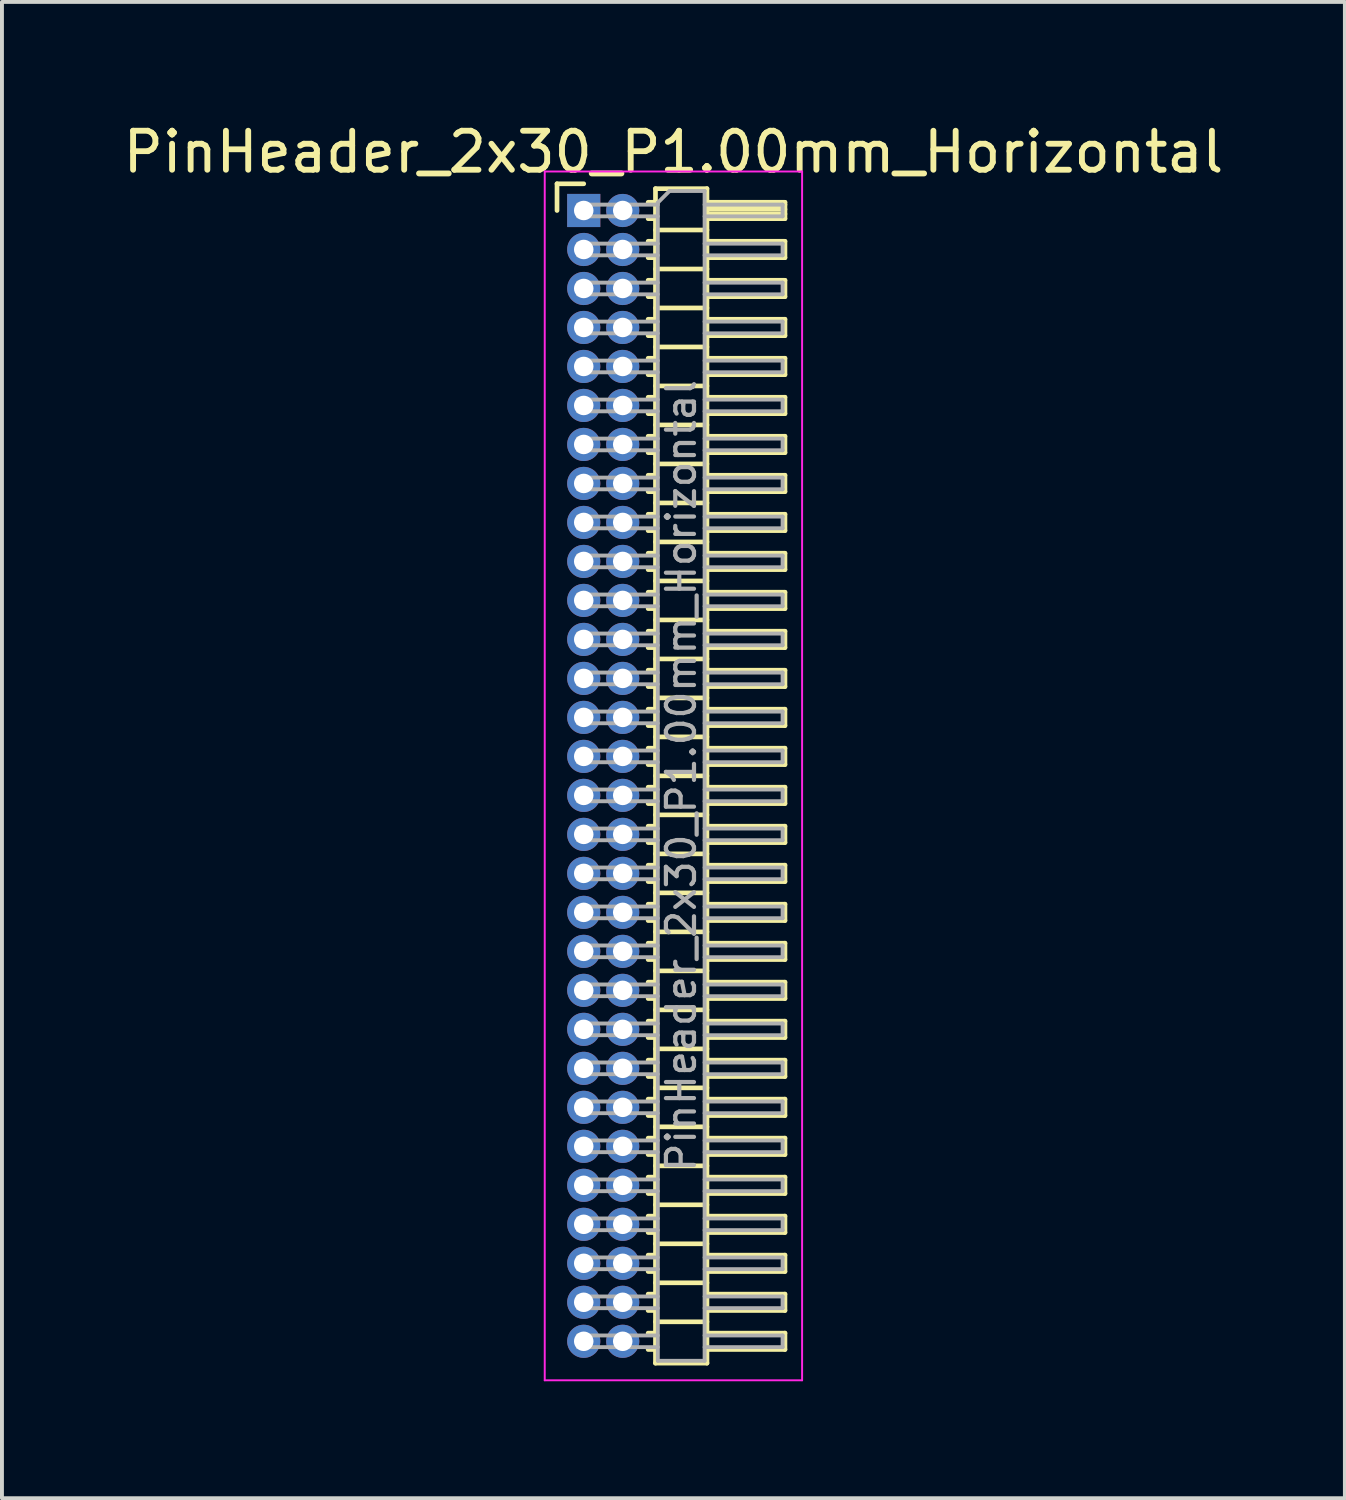
<source format=kicad_pcb>
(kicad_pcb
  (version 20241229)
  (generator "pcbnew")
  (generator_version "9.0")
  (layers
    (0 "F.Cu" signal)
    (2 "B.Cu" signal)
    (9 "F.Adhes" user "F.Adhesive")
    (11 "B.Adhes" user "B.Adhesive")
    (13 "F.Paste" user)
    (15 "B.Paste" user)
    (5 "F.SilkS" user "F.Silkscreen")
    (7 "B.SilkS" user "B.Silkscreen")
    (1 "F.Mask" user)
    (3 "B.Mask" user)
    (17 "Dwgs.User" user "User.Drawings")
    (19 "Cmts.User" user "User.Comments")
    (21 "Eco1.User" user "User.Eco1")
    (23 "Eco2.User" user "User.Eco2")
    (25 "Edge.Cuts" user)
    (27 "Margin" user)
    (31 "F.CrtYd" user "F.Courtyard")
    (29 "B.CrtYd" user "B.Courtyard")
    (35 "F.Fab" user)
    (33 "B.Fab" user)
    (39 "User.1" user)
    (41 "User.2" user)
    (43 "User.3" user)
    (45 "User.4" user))
  (footprint "PinHeader_2x30_P1.00mm_Horizontal"
    (layer "F.Cu")
    (at 11.92 2.348)
    (property "Reference" "PinHeader_2x30_P1.00mm_Horizontal" (at 2.3 -1.5 0) (layer "F.SilkS") (effects (font (size 1 1) (thickness 0.15))))
    (attr through_hole)
    (fp_line (start -0.685 -0.685) (end 0 -0.685) (stroke (width 0.12) (type solid)) (layer "F.SilkS"))
    (fp_line (start -0.685 0) (end -0.685 -0.685) (stroke (width 0.12) (type solid)) (layer "F.SilkS"))
    (fp_line (start 1.652 -0.21) (end 1.84 -0.21) (stroke (width 0.12) (type solid)) (layer "F.SilkS"))
    (fp_line (start 1.652 0.21) (end 1.84 0.21) (stroke (width 0.12) (type solid)) (layer "F.SilkS"))
    (fp_line (start 1.652 0.79) (end 1.84 0.79) (stroke (width 0.12) (type solid)) (layer "F.SilkS"))
    (fp_line (start 1.652 1.21) (end 1.84 1.21) (stroke (width 0.12) (type solid)) (layer "F.SilkS"))
    (fp_line (start 1.652 1.79) (end 1.84 1.79) (stroke (width 0.12) (type solid)) (layer "F.SilkS"))
    (fp_line (start 1.652 2.21) (end 1.84 2.21) (stroke (width 0.12) (type solid)) (layer "F.SilkS"))
    (fp_line (start 1.652 2.79) (end 1.84 2.79) (stroke (width 0.12) (type solid)) (layer "F.SilkS"))
    (fp_line (start 1.652 3.21) (end 1.84 3.21) (stroke (width 0.12) (type solid)) (layer "F.SilkS"))
    (fp_line (start 1.652 3.79) (end 1.84 3.79) (stroke (width 0.12) (type solid)) (layer "F.SilkS"))
    (fp_line (start 1.652 4.21) (end 1.84 4.21) (stroke (width 0.12) (type solid)) (layer "F.SilkS"))
    (fp_line (start 1.652 4.79) (end 1.84 4.79) (stroke (width 0.12) (type solid)) (layer "F.SilkS"))
    (fp_line (start 1.652 5.21) (end 1.84 5.21) (stroke (width 0.12) (type solid)) (layer "F.SilkS"))
    (fp_line (start 1.652 5.79) (end 1.84 5.79) (stroke (width 0.12) (type solid)) (layer "F.SilkS"))
    (fp_line (start 1.652 6.21) (end 1.84 6.21) (stroke (width 0.12) (type solid)) (layer "F.SilkS"))
    (fp_line (start 1.652 6.79) (end 1.84 6.79) (stroke (width 0.12) (type solid)) (layer "F.SilkS"))
    (fp_line (start 1.652 7.21) (end 1.84 7.21) (stroke (width 0.12) (type solid)) (layer "F.SilkS"))
    (fp_line (start 1.652 7.79) (end 1.84 7.79) (stroke (width 0.12) (type solid)) (layer "F.SilkS"))
    (fp_line (start 1.652 8.21) (end 1.84 8.21) (stroke (width 0.12) (type solid)) (layer "F.SilkS"))
    (fp_line (start 1.652 8.79) (end 1.84 8.79) (stroke (width 0.12) (type solid)) (layer "F.SilkS"))
    (fp_line (start 1.652 9.21) (end 1.84 9.21) (stroke (width 0.12) (type solid)) (layer "F.SilkS"))
    (fp_line (start 1.652 9.79) (end 1.84 9.79) (stroke (width 0.12) (type solid)) (layer "F.SilkS"))
    (fp_line (start 1.652 10.21) (end 1.84 10.21) (stroke (width 0.12) (type solid)) (layer "F.SilkS"))
    (fp_line (start 1.652 10.79) (end 1.84 10.79) (stroke (width 0.12) (type solid)) (layer "F.SilkS"))
    (fp_line (start 1.652 11.21) (end 1.84 11.21) (stroke (width 0.12) (type solid)) (layer "F.SilkS"))
    (fp_line (start 1.652 11.79) (end 1.84 11.79) (stroke (width 0.12) (type solid)) (layer "F.SilkS"))
    (fp_line (start 1.652 12.21) (end 1.84 12.21) (stroke (width 0.12) (type solid)) (layer "F.SilkS"))
    (fp_line (start 1.652 12.79) (end 1.84 12.79) (stroke (width 0.12) (type solid)) (layer "F.SilkS"))
    (fp_line (start 1.652 13.21) (end 1.84 13.21) (stroke (width 0.12) (type solid)) (layer "F.SilkS"))
    (fp_line (start 1.652 13.79) (end 1.84 13.79) (stroke (width 0.12) (type solid)) (layer "F.SilkS"))
    (fp_line (start 1.652 14.21) (end 1.84 14.21) (stroke (width 0.12) (type solid)) (layer "F.SilkS"))
    (fp_line (start 1.652 14.79) (end 1.84 14.79) (stroke (width 0.12) (type solid)) (layer "F.SilkS"))
    (fp_line (start 1.652 15.21) (end 1.84 15.21) (stroke (width 0.12) (type solid)) (layer "F.SilkS"))
    (fp_line (start 1.652 15.79) (end 1.84 15.79) (stroke (width 0.12) (type solid)) (layer "F.SilkS"))
    (fp_line (start 1.652 16.21) (end 1.84 16.21) (stroke (width 0.12) (type solid)) (layer "F.SilkS"))
    (fp_line (start 1.652 16.79) (end 1.84 16.79) (stroke (width 0.12) (type solid)) (layer "F.SilkS"))
    (fp_line (start 1.652 17.21) (end 1.84 17.21) (stroke (width 0.12) (type solid)) (layer "F.SilkS"))
    (fp_line (start 1.652 17.79) (end 1.84 17.79) (stroke (width 0.12) (type solid)) (layer "F.SilkS"))
    (fp_line (start 1.652 18.21) (end 1.84 18.21) (stroke (width 0.12) (type solid)) (layer "F.SilkS"))
    (fp_line (start 1.652 18.79) (end 1.84 18.79) (stroke (width 0.12) (type solid)) (layer "F.SilkS"))
    (fp_line (start 1.652 19.21) (end 1.84 19.21) (stroke (width 0.12) (type solid)) (layer "F.SilkS"))
    (fp_line (start 1.652 19.79) (end 1.84 19.79) (stroke (width 0.12) (type solid)) (layer "F.SilkS"))
    (fp_line (start 1.652 20.21) (end 1.84 20.21) (stroke (width 0.12) (type solid)) (layer "F.SilkS"))
    (fp_line (start 1.652 20.79) (end 1.84 20.79) (stroke (width 0.12) (type solid)) (layer "F.SilkS"))
    (fp_line (start 1.652 21.21) (end 1.84 21.21) (stroke (width 0.12) (type solid)) (layer "F.SilkS"))
    (fp_line (start 1.652 21.79) (end 1.84 21.79) (stroke (width 0.12) (type solid)) (layer "F.SilkS"))
    (fp_line (start 1.652 22.21) (end 1.84 22.21) (stroke (width 0.12) (type solid)) (layer "F.SilkS"))
    (fp_line (start 1.652 22.79) (end 1.84 22.79) (stroke (width 0.12) (type solid)) (layer "F.SilkS"))
    (fp_line (start 1.652 23.21) (end 1.84 23.21) (stroke (width 0.12) (type solid)) (layer "F.SilkS"))
    (fp_line (start 1.652 23.79) (end 1.84 23.79) (stroke (width 0.12) (type solid)) (layer "F.SilkS"))
    (fp_line (start 1.652 24.21) (end 1.84 24.21) (stroke (width 0.12) (type solid)) (layer "F.SilkS"))
    (fp_line (start 1.652 24.79) (end 1.84 24.79) (stroke (width 0.12) (type solid)) (layer "F.SilkS"))
    (fp_line (start 1.652 25.21) (end 1.84 25.21) (stroke (width 0.12) (type solid)) (layer "F.SilkS"))
    (fp_line (start 1.652 25.79) (end 1.84 25.79) (stroke (width 0.12) (type solid)) (layer "F.SilkS"))
    (fp_line (start 1.652 26.21) (end 1.84 26.21) (stroke (width 0.12) (type solid)) (layer "F.SilkS"))
    (fp_line (start 1.652 26.79) (end 1.84 26.79) (stroke (width 0.12) (type solid)) (layer "F.SilkS"))
    (fp_line (start 1.652 27.21) (end 1.84 27.21) (stroke (width 0.12) (type solid)) (layer "F.SilkS"))
    (fp_line (start 1.652 27.79) (end 1.84 27.79) (stroke (width 0.12) (type solid)) (layer "F.SilkS"))
    (fp_line (start 1.652 28.21) (end 1.84 28.21) (stroke (width 0.12) (type solid)) (layer "F.SilkS"))
    (fp_line (start 1.652 28.79) (end 1.84 28.79) (stroke (width 0.12) (type solid)) (layer "F.SilkS"))
    (fp_line (start 1.652 29.21) (end 1.84 29.21) (stroke (width 0.12) (type solid)) (layer "F.SilkS"))
    (fp_line (start 1.84 -0.56) (end 1.84 29.56) (stroke (width 0.12) (type solid)) (layer "F.SilkS"))
    (fp_line (start 1.84 0.5) (end 3.16 0.5) (stroke (width 0.12) (type solid)) (layer "F.SilkS"))
    (fp_line (start 1.84 1.5) (end 3.16 1.5) (stroke (width 0.12) (type solid)) (layer "F.SilkS"))
    (fp_line (start 1.84 2.5) (end 3.16 2.5) (stroke (width 0.12) (type solid)) (layer "F.SilkS"))
    (fp_line (start 1.84 3.5) (end 3.16 3.5) (stroke (width 0.12) (type solid)) (layer "F.SilkS"))
    (fp_line (start 1.84 4.5) (end 3.16 4.5) (stroke (width 0.12) (type solid)) (layer "F.SilkS"))
    (fp_line (start 1.84 5.5) (end 3.16 5.5) (stroke (width 0.12) (type solid)) (layer "F.SilkS"))
    (fp_line (start 1.84 6.5) (end 3.16 6.5) (stroke (width 0.12) (type solid)) (layer "F.SilkS"))
    (fp_line (start 1.84 7.5) (end 3.16 7.5) (stroke (width 0.12) (type solid)) (layer "F.SilkS"))
    (fp_line (start 1.84 8.5) (end 3.16 8.5) (stroke (width 0.12) (type solid)) (layer "F.SilkS"))
    (fp_line (start 1.84 9.5) (end 3.16 9.5) (stroke (width 0.12) (type solid)) (layer "F.SilkS"))
    (fp_line (start 1.84 10.5) (end 3.16 10.5) (stroke (width 0.12) (type solid)) (layer "F.SilkS"))
    (fp_line (start 1.84 11.5) (end 3.16 11.5) (stroke (width 0.12) (type solid)) (layer "F.SilkS"))
    (fp_line (start 1.84 12.5) (end 3.16 12.5) (stroke (width 0.12) (type solid)) (layer "F.SilkS"))
    (fp_line (start 1.84 13.5) (end 3.16 13.5) (stroke (width 0.12) (type solid)) (layer "F.SilkS"))
    (fp_line (start 1.84 14.5) (end 3.16 14.5) (stroke (width 0.12) (type solid)) (layer "F.SilkS"))
    (fp_line (start 1.84 15.5) (end 3.16 15.5) (stroke (width 0.12) (type solid)) (layer "F.SilkS"))
    (fp_line (start 1.84 16.5) (end 3.16 16.5) (stroke (width 0.12) (type solid)) (layer "F.SilkS"))
    (fp_line (start 1.84 17.5) (end 3.16 17.5) (stroke (width 0.12) (type solid)) (layer "F.SilkS"))
    (fp_line (start 1.84 18.5) (end 3.16 18.5) (stroke (width 0.12) (type solid)) (layer "F.SilkS"))
    (fp_line (start 1.84 19.5) (end 3.16 19.5) (stroke (width 0.12) (type solid)) (layer "F.SilkS"))
    (fp_line (start 1.84 20.5) (end 3.16 20.5) (stroke (width 0.12) (type solid)) (layer "F.SilkS"))
    (fp_line (start 1.84 21.5) (end 3.16 21.5) (stroke (width 0.12) (type solid)) (layer "F.SilkS"))
    (fp_line (start 1.84 22.5) (end 3.16 22.5) (stroke (width 0.12) (type solid)) (layer "F.SilkS"))
    (fp_line (start 1.84 23.5) (end 3.16 23.5) (stroke (width 0.12) (type solid)) (layer "F.SilkS"))
    (fp_line (start 1.84 24.5) (end 3.16 24.5) (stroke (width 0.12) (type solid)) (layer "F.SilkS"))
    (fp_line (start 1.84 25.5) (end 3.16 25.5) (stroke (width 0.12) (type solid)) (layer "F.SilkS"))
    (fp_line (start 1.84 26.5) (end 3.16 26.5) (stroke (width 0.12) (type solid)) (layer "F.SilkS"))
    (fp_line (start 1.84 27.5) (end 3.16 27.5) (stroke (width 0.12) (type solid)) (layer "F.SilkS"))
    (fp_line (start 1.84 28.5) (end 3.16 28.5) (stroke (width 0.12) (type solid)) (layer "F.SilkS"))
    (fp_line (start 1.84 29.56) (end 3.16 29.56) (stroke (width 0.12) (type solid)) (layer "F.SilkS"))
    (fp_line (start 3.16 -0.56) (end 1.84 -0.56) (stroke (width 0.12) (type solid)) (layer "F.SilkS"))
    (fp_line (start 3.16 -0.21) (end 5.16 -0.21) (stroke (width 0.12) (type solid)) (layer "F.SilkS"))
    (fp_line (start 3.16 -0.15) (end 5.16 -0.15) (stroke (width 0.12) (type solid)) (layer "F.SilkS"))
    (fp_line (start 3.16 -0.03) (end 5.16 -0.03) (stroke (width 0.12) (type solid)) (layer "F.SilkS"))
    (fp_line (start 3.16 0.09) (end 5.16 0.09) (stroke (width 0.12) (type solid)) (layer "F.SilkS"))
    (fp_line (start 3.16 0.79) (end 5.16 0.79) (stroke (width 0.12) (type solid)) (layer "F.SilkS"))
    (fp_line (start 3.16 1.79) (end 5.16 1.79) (stroke (width 0.12) (type solid)) (layer "F.SilkS"))
    (fp_line (start 3.16 2.79) (end 5.16 2.79) (stroke (width 0.12) (type solid)) (layer "F.SilkS"))
    (fp_line (start 3.16 3.79) (end 5.16 3.79) (stroke (width 0.12) (type solid)) (layer "F.SilkS"))
    (fp_line (start 3.16 4.79) (end 5.16 4.79) (stroke (width 0.12) (type solid)) (layer "F.SilkS"))
    (fp_line (start 3.16 5.79) (end 5.16 5.79) (stroke (width 0.12) (type solid)) (layer "F.SilkS"))
    (fp_line (start 3.16 6.79) (end 5.16 6.79) (stroke (width 0.12) (type solid)) (layer "F.SilkS"))
    (fp_line (start 3.16 7.79) (end 5.16 7.79) (stroke (width 0.12) (type solid)) (layer "F.SilkS"))
    (fp_line (start 3.16 8.79) (end 5.16 8.79) (stroke (width 0.12) (type solid)) (layer "F.SilkS"))
    (fp_line (start 3.16 9.79) (end 5.16 9.79) (stroke (width 0.12) (type solid)) (layer "F.SilkS"))
    (fp_line (start 3.16 10.79) (end 5.16 10.79) (stroke (width 0.12) (type solid)) (layer "F.SilkS"))
    (fp_line (start 3.16 11.79) (end 5.16 11.79) (stroke (width 0.12) (type solid)) (layer "F.SilkS"))
    (fp_line (start 3.16 12.79) (end 5.16 12.79) (stroke (width 0.12) (type solid)) (layer "F.SilkS"))
    (fp_line (start 3.16 13.79) (end 5.16 13.79) (stroke (width 0.12) (type solid)) (layer "F.SilkS"))
    (fp_line (start 3.16 14.79) (end 5.16 14.79) (stroke (width 0.12) (type solid)) (layer "F.SilkS"))
    (fp_line (start 3.16 15.79) (end 5.16 15.79) (stroke (width 0.12) (type solid)) (layer "F.SilkS"))
    (fp_line (start 3.16 16.79) (end 5.16 16.79) (stroke (width 0.12) (type solid)) (layer "F.SilkS"))
    (fp_line (start 3.16 17.79) (end 5.16 17.79) (stroke (width 0.12) (type solid)) (layer "F.SilkS"))
    (fp_line (start 3.16 18.79) (end 5.16 18.79) (stroke (width 0.12) (type solid)) (layer "F.SilkS"))
    (fp_line (start 3.16 19.79) (end 5.16 19.79) (stroke (width 0.12) (type solid)) (layer "F.SilkS"))
    (fp_line (start 3.16 20.79) (end 5.16 20.79) (stroke (width 0.12) (type solid)) (layer "F.SilkS"))
    (fp_line (start 3.16 21.79) (end 5.16 21.79) (stroke (width 0.12) (type solid)) (layer "F.SilkS"))
    (fp_line (start 3.16 22.79) (end 5.16 22.79) (stroke (width 0.12) (type solid)) (layer "F.SilkS"))
    (fp_line (start 3.16 23.79) (end 5.16 23.79) (stroke (width 0.12) (type solid)) (layer "F.SilkS"))
    (fp_line (start 3.16 24.79) (end 5.16 24.79) (stroke (width 0.12) (type solid)) (layer "F.SilkS"))
    (fp_line (start 3.16 25.79) (end 5.16 25.79) (stroke (width 0.12) (type solid)) (layer "F.SilkS"))
    (fp_line (start 3.16 26.79) (end 5.16 26.79) (stroke (width 0.12) (type solid)) (layer "F.SilkS"))
    (fp_line (start 3.16 27.79) (end 5.16 27.79) (stroke (width 0.12) (type solid)) (layer "F.SilkS"))
    (fp_line (start 3.16 28.79) (end 5.16 28.79) (stroke (width 0.12) (type solid)) (layer "F.SilkS"))
    (fp_line (start 3.16 29.56) (end 3.16 -0.56) (stroke (width 0.12) (type solid)) (layer "F.SilkS"))
    (fp_line (start 5.16 -0.21) (end 5.16 0.21) (stroke (width 0.12) (type solid)) (layer "F.SilkS"))
    (fp_line (start 5.16 0.21) (end 3.16 0.21) (stroke (width 0.12) (type solid)) (layer "F.SilkS"))
    (fp_line (start 5.16 0.79) (end 5.16 1.21) (stroke (width 0.12) (type solid)) (layer "F.SilkS"))
    (fp_line (start 5.16 1.21) (end 3.16 1.21) (stroke (width 0.12) (type solid)) (layer "F.SilkS"))
    (fp_line (start 5.16 1.79) (end 5.16 2.21) (stroke (width 0.12) (type solid)) (layer "F.SilkS"))
    (fp_line (start 5.16 2.21) (end 3.16 2.21) (stroke (width 0.12) (type solid)) (layer "F.SilkS"))
    (fp_line (start 5.16 2.79) (end 5.16 3.21) (stroke (width 0.12) (type solid)) (layer "F.SilkS"))
    (fp_line (start 5.16 3.21) (end 3.16 3.21) (stroke (width 0.12) (type solid)) (layer "F.SilkS"))
    (fp_line (start 5.16 3.79) (end 5.16 4.21) (stroke (width 0.12) (type solid)) (layer "F.SilkS"))
    (fp_line (start 5.16 4.21) (end 3.16 4.21) (stroke (width 0.12) (type solid)) (layer "F.SilkS"))
    (fp_line (start 5.16 4.79) (end 5.16 5.21) (stroke (width 0.12) (type solid)) (layer "F.SilkS"))
    (fp_line (start 5.16 5.21) (end 3.16 5.21) (stroke (width 0.12) (type solid)) (layer "F.SilkS"))
    (fp_line (start 5.16 5.79) (end 5.16 6.21) (stroke (width 0.12) (type solid)) (layer "F.SilkS"))
    (fp_line (start 5.16 6.21) (end 3.16 6.21) (stroke (width 0.12) (type solid)) (layer "F.SilkS"))
    (fp_line (start 5.16 6.79) (end 5.16 7.21) (stroke (width 0.12) (type solid)) (layer "F.SilkS"))
    (fp_line (start 5.16 7.21) (end 3.16 7.21) (stroke (width 0.12) (type solid)) (layer "F.SilkS"))
    (fp_line (start 5.16 7.79) (end 5.16 8.21) (stroke (width 0.12) (type solid)) (layer "F.SilkS"))
    (fp_line (start 5.16 8.21) (end 3.16 8.21) (stroke (width 0.12) (type solid)) (layer "F.SilkS"))
    (fp_line (start 5.16 8.79) (end 5.16 9.21) (stroke (width 0.12) (type solid)) (layer "F.SilkS"))
    (fp_line (start 5.16 9.21) (end 3.16 9.21) (stroke (width 0.12) (type solid)) (layer "F.SilkS"))
    (fp_line (start 5.16 9.79) (end 5.16 10.21) (stroke (width 0.12) (type solid)) (layer "F.SilkS"))
    (fp_line (start 5.16 10.21) (end 3.16 10.21) (stroke (width 0.12) (type solid)) (layer "F.SilkS"))
    (fp_line (start 5.16 10.79) (end 5.16 11.21) (stroke (width 0.12) (type solid)) (layer "F.SilkS"))
    (fp_line (start 5.16 11.21) (end 3.16 11.21) (stroke (width 0.12) (type solid)) (layer "F.SilkS"))
    (fp_line (start 5.16 11.79) (end 5.16 12.21) (stroke (width 0.12) (type solid)) (layer "F.SilkS"))
    (fp_line (start 5.16 12.21) (end 3.16 12.21) (stroke (width 0.12) (type solid)) (layer "F.SilkS"))
    (fp_line (start 5.16 12.79) (end 5.16 13.21) (stroke (width 0.12) (type solid)) (layer "F.SilkS"))
    (fp_line (start 5.16 13.21) (end 3.16 13.21) (stroke (width 0.12) (type solid)) (layer "F.SilkS"))
    (fp_line (start 5.16 13.79) (end 5.16 14.21) (stroke (width 0.12) (type solid)) (layer "F.SilkS"))
    (fp_line (start 5.16 14.21) (end 3.16 14.21) (stroke (width 0.12) (type solid)) (layer "F.SilkS"))
    (fp_line (start 5.16 14.79) (end 5.16 15.21) (stroke (width 0.12) (type solid)) (layer "F.SilkS"))
    (fp_line (start 5.16 15.21) (end 3.16 15.21) (stroke (width 0.12) (type solid)) (layer "F.SilkS"))
    (fp_line (start 5.16 15.79) (end 5.16 16.21) (stroke (width 0.12) (type solid)) (layer "F.SilkS"))
    (fp_line (start 5.16 16.21) (end 3.16 16.21) (stroke (width 0.12) (type solid)) (layer "F.SilkS"))
    (fp_line (start 5.16 16.79) (end 5.16 17.21) (stroke (width 0.12) (type solid)) (layer "F.SilkS"))
    (fp_line (start 5.16 17.21) (end 3.16 17.21) (stroke (width 0.12) (type solid)) (layer "F.SilkS"))
    (fp_line (start 5.16 17.79) (end 5.16 18.21) (stroke (width 0.12) (type solid)) (layer "F.SilkS"))
    (fp_line (start 5.16 18.21) (end 3.16 18.21) (stroke (width 0.12) (type solid)) (layer "F.SilkS"))
    (fp_line (start 5.16 18.79) (end 5.16 19.21) (stroke (width 0.12) (type solid)) (layer "F.SilkS"))
    (fp_line (start 5.16 19.21) (end 3.16 19.21) (stroke (width 0.12) (type solid)) (layer "F.SilkS"))
    (fp_line (start 5.16 19.79) (end 5.16 20.21) (stroke (width 0.12) (type solid)) (layer "F.SilkS"))
    (fp_line (start 5.16 20.21) (end 3.16 20.21) (stroke (width 0.12) (type solid)) (layer "F.SilkS"))
    (fp_line (start 5.16 20.79) (end 5.16 21.21) (stroke (width 0.12) (type solid)) (layer "F.SilkS"))
    (fp_line (start 5.16 21.21) (end 3.16 21.21) (stroke (width 0.12) (type solid)) (layer "F.SilkS"))
    (fp_line (start 5.16 21.79) (end 5.16 22.21) (stroke (width 0.12) (type solid)) (layer "F.SilkS"))
    (fp_line (start 5.16 22.21) (end 3.16 22.21) (stroke (width 0.12) (type solid)) (layer "F.SilkS"))
    (fp_line (start 5.16 22.79) (end 5.16 23.21) (stroke (width 0.12) (type solid)) (layer "F.SilkS"))
    (fp_line (start 5.16 23.21) (end 3.16 23.21) (stroke (width 0.12) (type solid)) (layer "F.SilkS"))
    (fp_line (start 5.16 23.79) (end 5.16 24.21) (stroke (width 0.12) (type solid)) (layer "F.SilkS"))
    (fp_line (start 5.16 24.21) (end 3.16 24.21) (stroke (width 0.12) (type solid)) (layer "F.SilkS"))
    (fp_line (start 5.16 24.79) (end 5.16 25.21) (stroke (width 0.12) (type solid)) (layer "F.SilkS"))
    (fp_line (start 5.16 25.21) (end 3.16 25.21) (stroke (width 0.12) (type solid)) (layer "F.SilkS"))
    (fp_line (start 5.16 25.79) (end 5.16 26.21) (stroke (width 0.12) (type solid)) (layer "F.SilkS"))
    (fp_line (start 5.16 26.21) (end 3.16 26.21) (stroke (width 0.12) (type solid)) (layer "F.SilkS"))
    (fp_line (start 5.16 26.79) (end 5.16 27.21) (stroke (width 0.12) (type solid)) (layer "F.SilkS"))
    (fp_line (start 5.16 27.21) (end 3.16 27.21) (stroke (width 0.12) (type solid)) (layer "F.SilkS"))
    (fp_line (start 5.16 27.79) (end 5.16 28.21) (stroke (width 0.12) (type solid)) (layer "F.SilkS"))
    (fp_line (start 5.16 28.21) (end 3.16 28.21) (stroke (width 0.12) (type solid)) (layer "F.SilkS"))
    (fp_line (start 5.16 28.79) (end 5.16 29.21) (stroke (width 0.12) (type solid)) (layer "F.SilkS"))
    (fp_line (start 5.16 29.21) (end 3.16 29.21) (stroke (width 0.12) (type solid)) (layer "F.SilkS"))
    (fp_line (start -1 -1) (end -1 30) (stroke (width 0.05) (type solid)) (layer "F.CrtYd"))
    (fp_line (start -1 30) (end 5.6 30) (stroke (width 0.05) (type solid)) (layer "F.CrtYd"))
    (fp_line (start 5.6 -1) (end -1 -1) (stroke (width 0.05) (type solid)) (layer "F.CrtYd"))
    (fp_line (start 5.6 30) (end 5.6 -1) (stroke (width 0.05) (type solid)) (layer "F.CrtYd"))
    (fp_line (start -0.15 -0.15) (end -0.15 0.15) (stroke (width 0.1) (type solid)) (layer "F.Fab"))
    (fp_line (start -0.15 -0.15) (end 1.9 -0.15) (stroke (width 0.1) (type solid)) (layer "F.Fab"))
    (fp_line (start -0.15 0.15) (end 1.9 0.15) (stroke (width 0.1) (type solid)) (layer "F.Fab"))
    (fp_line (start -0.15 0.85) (end -0.15 1.15) (stroke (width 0.1) (type solid)) (layer "F.Fab"))
    (fp_line (start -0.15 0.85) (end 1.9 0.85) (stroke (width 0.1) (type solid)) (layer "F.Fab"))
    (fp_line (start -0.15 1.15) (end 1.9 1.15) (stroke (width 0.1) (type solid)) (layer "F.Fab"))
    (fp_line (start -0.15 1.85) (end -0.15 2.15) (stroke (width 0.1) (type solid)) (layer "F.Fab"))
    (fp_line (start -0.15 1.85) (end 1.9 1.85) (stroke (width 0.1) (type solid)) (layer "F.Fab"))
    (fp_line (start -0.15 2.15) (end 1.9 2.15) (stroke (width 0.1) (type solid)) (layer "F.Fab"))
    (fp_line (start -0.15 2.85) (end -0.15 3.15) (stroke (width 0.1) (type solid)) (layer "F.Fab"))
    (fp_line (start -0.15 2.85) (end 1.9 2.85) (stroke (width 0.1) (type solid)) (layer "F.Fab"))
    (fp_line (start -0.15 3.15) (end 1.9 3.15) (stroke (width 0.1) (type solid)) (layer "F.Fab"))
    (fp_line (start -0.15 3.85) (end -0.15 4.15) (stroke (width 0.1) (type solid)) (layer "F.Fab"))
    (fp_line (start -0.15 3.85) (end 1.9 3.85) (stroke (width 0.1) (type solid)) (layer "F.Fab"))
    (fp_line (start -0.15 4.15) (end 1.9 4.15) (stroke (width 0.1) (type solid)) (layer "F.Fab"))
    (fp_line (start -0.15 4.85) (end -0.15 5.15) (stroke (width 0.1) (type solid)) (layer "F.Fab"))
    (fp_line (start -0.15 4.85) (end 1.9 4.85) (stroke (width 0.1) (type solid)) (layer "F.Fab"))
    (fp_line (start -0.15 5.15) (end 1.9 5.15) (stroke (width 0.1) (type solid)) (layer "F.Fab"))
    (fp_line (start -0.15 5.85) (end -0.15 6.15) (stroke (width 0.1) (type solid)) (layer "F.Fab"))
    (fp_line (start -0.15 5.85) (end 1.9 5.85) (stroke (width 0.1) (type solid)) (layer "F.Fab"))
    (fp_line (start -0.15 6.15) (end 1.9 6.15) (stroke (width 0.1) (type solid)) (layer "F.Fab"))
    (fp_line (start -0.15 6.85) (end -0.15 7.15) (stroke (width 0.1) (type solid)) (layer "F.Fab"))
    (fp_line (start -0.15 6.85) (end 1.9 6.85) (stroke (width 0.1) (type solid)) (layer "F.Fab"))
    (fp_line (start -0.15 7.15) (end 1.9 7.15) (stroke (width 0.1) (type solid)) (layer "F.Fab"))
    (fp_line (start -0.15 7.85) (end -0.15 8.15) (stroke (width 0.1) (type solid)) (layer "F.Fab"))
    (fp_line (start -0.15 7.85) (end 1.9 7.85) (stroke (width 0.1) (type solid)) (layer "F.Fab"))
    (fp_line (start -0.15 8.15) (end 1.9 8.15) (stroke (width 0.1) (type solid)) (layer "F.Fab"))
    (fp_line (start -0.15 8.85) (end -0.15 9.15) (stroke (width 0.1) (type solid)) (layer "F.Fab"))
    (fp_line (start -0.15 8.85) (end 1.9 8.85) (stroke (width 0.1) (type solid)) (layer "F.Fab"))
    (fp_line (start -0.15 9.15) (end 1.9 9.15) (stroke (width 0.1) (type solid)) (layer "F.Fab"))
    (fp_line (start -0.15 9.85) (end -0.15 10.15) (stroke (width 0.1) (type solid)) (layer "F.Fab"))
    (fp_line (start -0.15 9.85) (end 1.9 9.85) (stroke (width 0.1) (type solid)) (layer "F.Fab"))
    (fp_line (start -0.15 10.15) (end 1.9 10.15) (stroke (width 0.1) (type solid)) (layer "F.Fab"))
    (fp_line (start -0.15 10.85) (end -0.15 11.15) (stroke (width 0.1) (type solid)) (layer "F.Fab"))
    (fp_line (start -0.15 10.85) (end 1.9 10.85) (stroke (width 0.1) (type solid)) (layer "F.Fab"))
    (fp_line (start -0.15 11.15) (end 1.9 11.15) (stroke (width 0.1) (type solid)) (layer "F.Fab"))
    (fp_line (start -0.15 11.85) (end -0.15 12.15) (stroke (width 0.1) (type solid)) (layer "F.Fab"))
    (fp_line (start -0.15 11.85) (end 1.9 11.85) (stroke (width 0.1) (type solid)) (layer "F.Fab"))
    (fp_line (start -0.15 12.15) (end 1.9 12.15) (stroke (width 0.1) (type solid)) (layer "F.Fab"))
    (fp_line (start -0.15 12.85) (end -0.15 13.15) (stroke (width 0.1) (type solid)) (layer "F.Fab"))
    (fp_line (start -0.15 12.85) (end 1.9 12.85) (stroke (width 0.1) (type solid)) (layer "F.Fab"))
    (fp_line (start -0.15 13.15) (end 1.9 13.15) (stroke (width 0.1) (type solid)) (layer "F.Fab"))
    (fp_line (start -0.15 13.85) (end -0.15 14.15) (stroke (width 0.1) (type solid)) (layer "F.Fab"))
    (fp_line (start -0.15 13.85) (end 1.9 13.85) (stroke (width 0.1) (type solid)) (layer "F.Fab"))
    (fp_line (start -0.15 14.15) (end 1.9 14.15) (stroke (width 0.1) (type solid)) (layer "F.Fab"))
    (fp_line (start -0.15 14.85) (end -0.15 15.15) (stroke (width 0.1) (type solid)) (layer "F.Fab"))
    (fp_line (start -0.15 14.85) (end 1.9 14.85) (stroke (width 0.1) (type solid)) (layer "F.Fab"))
    (fp_line (start -0.15 15.15) (end 1.9 15.15) (stroke (width 0.1) (type solid)) (layer "F.Fab"))
    (fp_line (start -0.15 15.85) (end -0.15 16.15) (stroke (width 0.1) (type solid)) (layer "F.Fab"))
    (fp_line (start -0.15 15.85) (end 1.9 15.85) (stroke (width 0.1) (type solid)) (layer "F.Fab"))
    (fp_line (start -0.15 16.15) (end 1.9 16.15) (stroke (width 0.1) (type solid)) (layer "F.Fab"))
    (fp_line (start -0.15 16.85) (end -0.15 17.15) (stroke (width 0.1) (type solid)) (layer "F.Fab"))
    (fp_line (start -0.15 16.85) (end 1.9 16.85) (stroke (width 0.1) (type solid)) (layer "F.Fab"))
    (fp_line (start -0.15 17.15) (end 1.9 17.15) (stroke (width 0.1) (type solid)) (layer "F.Fab"))
    (fp_line (start -0.15 17.85) (end -0.15 18.15) (stroke (width 0.1) (type solid)) (layer "F.Fab"))
    (fp_line (start -0.15 17.85) (end 1.9 17.85) (stroke (width 0.1) (type solid)) (layer "F.Fab"))
    (fp_line (start -0.15 18.15) (end 1.9 18.15) (stroke (width 0.1) (type solid)) (layer "F.Fab"))
    (fp_line (start -0.15 18.85) (end -0.15 19.15) (stroke (width 0.1) (type solid)) (layer "F.Fab"))
    (fp_line (start -0.15 18.85) (end 1.9 18.85) (stroke (width 0.1) (type solid)) (layer "F.Fab"))
    (fp_line (start -0.15 19.15) (end 1.9 19.15) (stroke (width 0.1) (type solid)) (layer "F.Fab"))
    (fp_line (start -0.15 19.85) (end -0.15 20.15) (stroke (width 0.1) (type solid)) (layer "F.Fab"))
    (fp_line (start -0.15 19.85) (end 1.9 19.85) (stroke (width 0.1) (type solid)) (layer "F.Fab"))
    (fp_line (start -0.15 20.15) (end 1.9 20.15) (stroke (width 0.1) (type solid)) (layer "F.Fab"))
    (fp_line (start -0.15 20.85) (end -0.15 21.15) (stroke (width 0.1) (type solid)) (layer "F.Fab"))
    (fp_line (start -0.15 20.85) (end 1.9 20.85) (stroke (width 0.1) (type solid)) (layer "F.Fab"))
    (fp_line (start -0.15 21.15) (end 1.9 21.15) (stroke (width 0.1) (type solid)) (layer "F.Fab"))
    (fp_line (start -0.15 21.85) (end -0.15 22.15) (stroke (width 0.1) (type solid)) (layer "F.Fab"))
    (fp_line (start -0.15 21.85) (end 1.9 21.85) (stroke (width 0.1) (type solid)) (layer "F.Fab"))
    (fp_line (start -0.15 22.15) (end 1.9 22.15) (stroke (width 0.1) (type solid)) (layer "F.Fab"))
    (fp_line (start -0.15 22.85) (end -0.15 23.15) (stroke (width 0.1) (type solid)) (layer "F.Fab"))
    (fp_line (start -0.15 22.85) (end 1.9 22.85) (stroke (width 0.1) (type solid)) (layer "F.Fab"))
    (fp_line (start -0.15 23.15) (end 1.9 23.15) (stroke (width 0.1) (type solid)) (layer "F.Fab"))
    (fp_line (start -0.15 23.85) (end -0.15 24.15) (stroke (width 0.1) (type solid)) (layer "F.Fab"))
    (fp_line (start -0.15 23.85) (end 1.9 23.85) (stroke (width 0.1) (type solid)) (layer "F.Fab"))
    (fp_line (start -0.15 24.15) (end 1.9 24.15) (stroke (width 0.1) (type solid)) (layer "F.Fab"))
    (fp_line (start -0.15 24.85) (end -0.15 25.15) (stroke (width 0.1) (type solid)) (layer "F.Fab"))
    (fp_line (start -0.15 24.85) (end 1.9 24.85) (stroke (width 0.1) (type solid)) (layer "F.Fab"))
    (fp_line (start -0.15 25.15) (end 1.9 25.15) (stroke (width 0.1) (type solid)) (layer "F.Fab"))
    (fp_line (start -0.15 25.85) (end -0.15 26.15) (stroke (width 0.1) (type solid)) (layer "F.Fab"))
    (fp_line (start -0.15 25.85) (end 1.9 25.85) (stroke (width 0.1) (type solid)) (layer "F.Fab"))
    (fp_line (start -0.15 26.15) (end 1.9 26.15) (stroke (width 0.1) (type solid)) (layer "F.Fab"))
    (fp_line (start -0.15 26.85) (end -0.15 27.15) (stroke (width 0.1) (type solid)) (layer "F.Fab"))
    (fp_line (start -0.15 26.85) (end 1.9 26.85) (stroke (width 0.1) (type solid)) (layer "F.Fab"))
    (fp_line (start -0.15 27.15) (end 1.9 27.15) (stroke (width 0.1) (type solid)) (layer "F.Fab"))
    (fp_line (start -0.15 27.85) (end -0.15 28.15) (stroke (width 0.1) (type solid)) (layer "F.Fab"))
    (fp_line (start -0.15 27.85) (end 1.9 27.85) (stroke (width 0.1) (type solid)) (layer "F.Fab"))
    (fp_line (start -0.15 28.15) (end 1.9 28.15) (stroke (width 0.1) (type solid)) (layer "F.Fab"))
    (fp_line (start -0.15 28.85) (end -0.15 29.15) (stroke (width 0.1) (type solid)) (layer "F.Fab"))
    (fp_line (start -0.15 28.85) (end 1.9 28.85) (stroke (width 0.1) (type solid)) (layer "F.Fab"))
    (fp_line (start -0.15 29.15) (end 1.9 29.15) (stroke (width 0.1) (type solid)) (layer "F.Fab"))
    (fp_line (start 1.9 -0.2) (end 2.2 -0.5) (stroke (width 0.1) (type solid)) (layer "F.Fab"))
    (fp_line (start 1.9 29.5) (end 1.9 -0.2) (stroke (width 0.1) (type solid)) (layer "F.Fab"))
    (fp_line (start 2.2 -0.5) (end 3.1 -0.5) (stroke (width 0.1) (type solid)) (layer "F.Fab"))
    (fp_line (start 3.1 -0.5) (end 3.1 29.5) (stroke (width 0.1) (type solid)) (layer "F.Fab"))
    (fp_line (start 3.1 -0.15) (end 5.1 -0.15) (stroke (width 0.1) (type solid)) (layer "F.Fab"))
    (fp_line (start 3.1 0.15) (end 5.1 0.15) (stroke (width 0.1) (type solid)) (layer "F.Fab"))
    (fp_line (start 3.1 0.85) (end 5.1 0.85) (stroke (width 0.1) (type solid)) (layer "F.Fab"))
    (fp_line (start 3.1 1.15) (end 5.1 1.15) (stroke (width 0.1) (type solid)) (layer "F.Fab"))
    (fp_line (start 3.1 1.85) (end 5.1 1.85) (stroke (width 0.1) (type solid)) (layer "F.Fab"))
    (fp_line (start 3.1 2.15) (end 5.1 2.15) (stroke (width 0.1) (type solid)) (layer "F.Fab"))
    (fp_line (start 3.1 2.85) (end 5.1 2.85) (stroke (width 0.1) (type solid)) (layer "F.Fab"))
    (fp_line (start 3.1 3.15) (end 5.1 3.15) (stroke (width 0.1) (type solid)) (layer "F.Fab"))
    (fp_line (start 3.1 3.85) (end 5.1 3.85) (stroke (width 0.1) (type solid)) (layer "F.Fab"))
    (fp_line (start 3.1 4.15) (end 5.1 4.15) (stroke (width 0.1) (type solid)) (layer "F.Fab"))
    (fp_line (start 3.1 4.85) (end 5.1 4.85) (stroke (width 0.1) (type solid)) (layer "F.Fab"))
    (fp_line (start 3.1 5.15) (end 5.1 5.15) (stroke (width 0.1) (type solid)) (layer "F.Fab"))
    (fp_line (start 3.1 5.85) (end 5.1 5.85) (stroke (width 0.1) (type solid)) (layer "F.Fab"))
    (fp_line (start 3.1 6.15) (end 5.1 6.15) (stroke (width 0.1) (type solid)) (layer "F.Fab"))
    (fp_line (start 3.1 6.85) (end 5.1 6.85) (stroke (width 0.1) (type solid)) (layer "F.Fab"))
    (fp_line (start 3.1 7.15) (end 5.1 7.15) (stroke (width 0.1) (type solid)) (layer "F.Fab"))
    (fp_line (start 3.1 7.85) (end 5.1 7.85) (stroke (width 0.1) (type solid)) (layer "F.Fab"))
    (fp_line (start 3.1 8.15) (end 5.1 8.15) (stroke (width 0.1) (type solid)) (layer "F.Fab"))
    (fp_line (start 3.1 8.85) (end 5.1 8.85) (stroke (width 0.1) (type solid)) (layer "F.Fab"))
    (fp_line (start 3.1 9.15) (end 5.1 9.15) (stroke (width 0.1) (type solid)) (layer "F.Fab"))
    (fp_line (start 3.1 9.85) (end 5.1 9.85) (stroke (width 0.1) (type solid)) (layer "F.Fab"))
    (fp_line (start 3.1 10.15) (end 5.1 10.15) (stroke (width 0.1) (type solid)) (layer "F.Fab"))
    (fp_line (start 3.1 10.85) (end 5.1 10.85) (stroke (width 0.1) (type solid)) (layer "F.Fab"))
    (fp_line (start 3.1 11.15) (end 5.1 11.15) (stroke (width 0.1) (type solid)) (layer "F.Fab"))
    (fp_line (start 3.1 11.85) (end 5.1 11.85) (stroke (width 0.1) (type solid)) (layer "F.Fab"))
    (fp_line (start 3.1 12.15) (end 5.1 12.15) (stroke (width 0.1) (type solid)) (layer "F.Fab"))
    (fp_line (start 3.1 12.85) (end 5.1 12.85) (stroke (width 0.1) (type solid)) (layer "F.Fab"))
    (fp_line (start 3.1 13.15) (end 5.1 13.15) (stroke (width 0.1) (type solid)) (layer "F.Fab"))
    (fp_line (start 3.1 13.85) (end 5.1 13.85) (stroke (width 0.1) (type solid)) (layer "F.Fab"))
    (fp_line (start 3.1 14.15) (end 5.1 14.15) (stroke (width 0.1) (type solid)) (layer "F.Fab"))
    (fp_line (start 3.1 14.85) (end 5.1 14.85) (stroke (width 0.1) (type solid)) (layer "F.Fab"))
    (fp_line (start 3.1 15.15) (end 5.1 15.15) (stroke (width 0.1) (type solid)) (layer "F.Fab"))
    (fp_line (start 3.1 15.85) (end 5.1 15.85) (stroke (width 0.1) (type solid)) (layer "F.Fab"))
    (fp_line (start 3.1 16.15) (end 5.1 16.15) (stroke (width 0.1) (type solid)) (layer "F.Fab"))
    (fp_line (start 3.1 16.85) (end 5.1 16.85) (stroke (width 0.1) (type solid)) (layer "F.Fab"))
    (fp_line (start 3.1 17.15) (end 5.1 17.15) (stroke (width 0.1) (type solid)) (layer "F.Fab"))
    (fp_line (start 3.1 17.85) (end 5.1 17.85) (stroke (width 0.1) (type solid)) (layer "F.Fab"))
    (fp_line (start 3.1 18.15) (end 5.1 18.15) (stroke (width 0.1) (type solid)) (layer "F.Fab"))
    (fp_line (start 3.1 18.85) (end 5.1 18.85) (stroke (width 0.1) (type solid)) (layer "F.Fab"))
    (fp_line (start 3.1 19.15) (end 5.1 19.15) (stroke (width 0.1) (type solid)) (layer "F.Fab"))
    (fp_line (start 3.1 19.85) (end 5.1 19.85) (stroke (width 0.1) (type solid)) (layer "F.Fab"))
    (fp_line (start 3.1 20.15) (end 5.1 20.15) (stroke (width 0.1) (type solid)) (layer "F.Fab"))
    (fp_line (start 3.1 20.85) (end 5.1 20.85) (stroke (width 0.1) (type solid)) (layer "F.Fab"))
    (fp_line (start 3.1 21.15) (end 5.1 21.15) (stroke (width 0.1) (type solid)) (layer "F.Fab"))
    (fp_line (start 3.1 21.85) (end 5.1 21.85) (stroke (width 0.1) (type solid)) (layer "F.Fab"))
    (fp_line (start 3.1 22.15) (end 5.1 22.15) (stroke (width 0.1) (type solid)) (layer "F.Fab"))
    (fp_line (start 3.1 22.85) (end 5.1 22.85) (stroke (width 0.1) (type solid)) (layer "F.Fab"))
    (fp_line (start 3.1 23.15) (end 5.1 23.15) (stroke (width 0.1) (type solid)) (layer "F.Fab"))
    (fp_line (start 3.1 23.85) (end 5.1 23.85) (stroke (width 0.1) (type solid)) (layer "F.Fab"))
    (fp_line (start 3.1 24.15) (end 5.1 24.15) (stroke (width 0.1) (type solid)) (layer "F.Fab"))
    (fp_line (start 3.1 24.85) (end 5.1 24.85) (stroke (width 0.1) (type solid)) (layer "F.Fab"))
    (fp_line (start 3.1 25.15) (end 5.1 25.15) (stroke (width 0.1) (type solid)) (layer "F.Fab"))
    (fp_line (start 3.1 25.85) (end 5.1 25.85) (stroke (width 0.1) (type solid)) (layer "F.Fab"))
    (fp_line (start 3.1 26.15) (end 5.1 26.15) (stroke (width 0.1) (type solid)) (layer "F.Fab"))
    (fp_line (start 3.1 26.85) (end 5.1 26.85) (stroke (width 0.1) (type solid)) (layer "F.Fab"))
    (fp_line (start 3.1 27.15) (end 5.1 27.15) (stroke (width 0.1) (type solid)) (layer "F.Fab"))
    (fp_line (start 3.1 27.85) (end 5.1 27.85) (stroke (width 0.1) (type solid)) (layer "F.Fab"))
    (fp_line (start 3.1 28.15) (end 5.1 28.15) (stroke (width 0.1) (type solid)) (layer "F.Fab"))
    (fp_line (start 3.1 28.85) (end 5.1 28.85) (stroke (width 0.1) (type solid)) (layer "F.Fab"))
    (fp_line (start 3.1 29.15) (end 5.1 29.15) (stroke (width 0.1) (type solid)) (layer "F.Fab"))
    (fp_line (start 3.1 29.5) (end 1.9 29.5) (stroke (width 0.1) (type solid)) (layer "F.Fab"))
    (fp_line (start 5.1 -0.15) (end 5.1 0.15) (stroke (width 0.1) (type solid)) (layer "F.Fab"))
    (fp_line (start 5.1 0.85) (end 5.1 1.15) (stroke (width 0.1) (type solid)) (layer "F.Fab"))
    (fp_line (start 5.1 1.85) (end 5.1 2.15) (stroke (width 0.1) (type solid)) (layer "F.Fab"))
    (fp_line (start 5.1 2.85) (end 5.1 3.15) (stroke (width 0.1) (type solid)) (layer "F.Fab"))
    (fp_line (start 5.1 3.85) (end 5.1 4.15) (stroke (width 0.1) (type solid)) (layer "F.Fab"))
    (fp_line (start 5.1 4.85) (end 5.1 5.15) (stroke (width 0.1) (type solid)) (layer "F.Fab"))
    (fp_line (start 5.1 5.85) (end 5.1 6.15) (stroke (width 0.1) (type solid)) (layer "F.Fab"))
    (fp_line (start 5.1 6.85) (end 5.1 7.15) (stroke (width 0.1) (type solid)) (layer "F.Fab"))
    (fp_line (start 5.1 7.85) (end 5.1 8.15) (stroke (width 0.1) (type solid)) (layer "F.Fab"))
    (fp_line (start 5.1 8.85) (end 5.1 9.15) (stroke (width 0.1) (type solid)) (layer "F.Fab"))
    (fp_line (start 5.1 9.85) (end 5.1 10.15) (stroke (width 0.1) (type solid)) (layer "F.Fab"))
    (fp_line (start 5.1 10.85) (end 5.1 11.15) (stroke (width 0.1) (type solid)) (layer "F.Fab"))
    (fp_line (start 5.1 11.85) (end 5.1 12.15) (stroke (width 0.1) (type solid)) (layer "F.Fab"))
    (fp_line (start 5.1 12.85) (end 5.1 13.15) (stroke (width 0.1) (type solid)) (layer "F.Fab"))
    (fp_line (start 5.1 13.85) (end 5.1 14.15) (stroke (width 0.1) (type solid)) (layer "F.Fab"))
    (fp_line (start 5.1 14.85) (end 5.1 15.15) (stroke (width 0.1) (type solid)) (layer "F.Fab"))
    (fp_line (start 5.1 15.85) (end 5.1 16.15) (stroke (width 0.1) (type solid)) (layer "F.Fab"))
    (fp_line (start 5.1 16.85) (end 5.1 17.15) (stroke (width 0.1) (type solid)) (layer "F.Fab"))
    (fp_line (start 5.1 17.85) (end 5.1 18.15) (stroke (width 0.1) (type solid)) (layer "F.Fab"))
    (fp_line (start 5.1 18.85) (end 5.1 19.15) (stroke (width 0.1) (type solid)) (layer "F.Fab"))
    (fp_line (start 5.1 19.85) (end 5.1 20.15) (stroke (width 0.1) (type solid)) (layer "F.Fab"))
    (fp_line (start 5.1 20.85) (end 5.1 21.15) (stroke (width 0.1) (type solid)) (layer "F.Fab"))
    (fp_line (start 5.1 21.85) (end 5.1 22.15) (stroke (width 0.1) (type solid)) (layer "F.Fab"))
    (fp_line (start 5.1 22.85) (end 5.1 23.15) (stroke (width 0.1) (type solid)) (layer "F.Fab"))
    (fp_line (start 5.1 23.85) (end 5.1 24.15) (stroke (width 0.1) (type solid)) (layer "F.Fab"))
    (fp_line (start 5.1 24.85) (end 5.1 25.15) (stroke (width 0.1) (type solid)) (layer "F.Fab"))
    (fp_line (start 5.1 25.85) (end 5.1 26.15) (stroke (width 0.1) (type solid)) (layer "F.Fab"))
    (fp_line (start 5.1 26.85) (end 5.1 27.15) (stroke (width 0.1) (type solid)) (layer "F.Fab"))
    (fp_line (start 5.1 27.85) (end 5.1 28.15) (stroke (width 0.1) (type solid)) (layer "F.Fab"))
    (fp_line (start 5.1 28.85) (end 5.1 29.15) (stroke (width 0.1) (type solid)) (layer "F.Fab"))
    (fp_text user "${REFERENCE}" (at 2.5 14.5 90) (layer "F.Fab") (effects (font (size 0.72 0.72) (thickness 0.108))))
    (pad "1" thru_hole rect (at 0 0) (size 0.85 0.85) (drill 0.5) (layers "*.Cu" "*.Mask"))
    (pad "2" thru_hole oval (at 1 0) (size 0.85 0.85) (drill 0.5) (layers "*.Cu" "*.Mask"))
    (pad "3" thru_hole oval (at 0 1) (size 0.85 0.85) (drill 0.5) (layers "*.Cu" "*.Mask"))
    (pad "4" thru_hole oval (at 1 1) (size 0.85 0.85) (drill 0.5) (layers "*.Cu" "*.Mask"))
    (pad "5" thru_hole oval (at 0 2) (size 0.85 0.85) (drill 0.5) (layers "*.Cu" "*.Mask"))
    (pad "6" thru_hole oval (at 1 2) (size 0.85 0.85) (drill 0.5) (layers "*.Cu" "*.Mask"))
    (pad "7" thru_hole oval (at 0 3) (size 0.85 0.85) (drill 0.5) (layers "*.Cu" "*.Mask"))
    (pad "8" thru_hole oval (at 1 3) (size 0.85 0.85) (drill 0.5) (layers "*.Cu" "*.Mask"))
    (pad "9" thru_hole oval (at 0 4) (size 0.85 0.85) (drill 0.5) (layers "*.Cu" "*.Mask"))
    (pad "10" thru_hole oval (at 1 4) (size 0.85 0.85) (drill 0.5) (layers "*.Cu" "*.Mask"))
    (pad "11" thru_hole oval (at 0 5) (size 0.85 0.85) (drill 0.5) (layers "*.Cu" "*.Mask"))
    (pad "12" thru_hole oval (at 1 5) (size 0.85 0.85) (drill 0.5) (layers "*.Cu" "*.Mask"))
    (pad "13" thru_hole oval (at 0 6) (size 0.85 0.85) (drill 0.5) (layers "*.Cu" "*.Mask"))
    (pad "14" thru_hole oval (at 1 6) (size 0.85 0.85) (drill 0.5) (layers "*.Cu" "*.Mask"))
    (pad "15" thru_hole oval (at 0 7) (size 0.85 0.85) (drill 0.5) (layers "*.Cu" "*.Mask"))
    (pad "16" thru_hole oval (at 1 7) (size 0.85 0.85) (drill 0.5) (layers "*.Cu" "*.Mask"))
    (pad "17" thru_hole oval (at 0 8) (size 0.85 0.85) (drill 0.5) (layers "*.Cu" "*.Mask"))
    (pad "18" thru_hole oval (at 1 8) (size 0.85 0.85) (drill 0.5) (layers "*.Cu" "*.Mask"))
    (pad "19" thru_hole oval (at 0 9) (size 0.85 0.85) (drill 0.5) (layers "*.Cu" "*.Mask"))
    (pad "20" thru_hole oval (at 1 9) (size 0.85 0.85) (drill 0.5) (layers "*.Cu" "*.Mask"))
    (pad "21" thru_hole oval (at 0 10) (size 0.85 0.85) (drill 0.5) (layers "*.Cu" "*.Mask"))
    (pad "22" thru_hole oval (at 1 10) (size 0.85 0.85) (drill 0.5) (layers "*.Cu" "*.Mask"))
    (pad "23" thru_hole oval (at 0 11) (size 0.85 0.85) (drill 0.5) (layers "*.Cu" "*.Mask"))
    (pad "24" thru_hole oval (at 1 11) (size 0.85 0.85) (drill 0.5) (layers "*.Cu" "*.Mask"))
    (pad "25" thru_hole oval (at 0 12) (size 0.85 0.85) (drill 0.5) (layers "*.Cu" "*.Mask"))
    (pad "26" thru_hole oval (at 1 12) (size 0.85 0.85) (drill 0.5) (layers "*.Cu" "*.Mask"))
    (pad "27" thru_hole oval (at 0 13) (size 0.85 0.85) (drill 0.5) (layers "*.Cu" "*.Mask"))
    (pad "28" thru_hole oval (at 1 13) (size 0.85 0.85) (drill 0.5) (layers "*.Cu" "*.Mask"))
    (pad "29" thru_hole oval (at 0 14) (size 0.85 0.85) (drill 0.5) (layers "*.Cu" "*.Mask"))
    (pad "30" thru_hole oval (at 1 14) (size 0.85 0.85) (drill 0.5) (layers "*.Cu" "*.Mask"))
    (pad "31" thru_hole oval (at 0 15) (size 0.85 0.85) (drill 0.5) (layers "*.Cu" "*.Mask"))
    (pad "32" thru_hole oval (at 1 15) (size 0.85 0.85) (drill 0.5) (layers "*.Cu" "*.Mask"))
    (pad "33" thru_hole oval (at 0 16) (size 0.85 0.85) (drill 0.5) (layers "*.Cu" "*.Mask"))
    (pad "34" thru_hole oval (at 1 16) (size 0.85 0.85) (drill 0.5) (layers "*.Cu" "*.Mask"))
    (pad "35" thru_hole oval (at 0 17) (size 0.85 0.85) (drill 0.5) (layers "*.Cu" "*.Mask"))
    (pad "36" thru_hole oval (at 1 17) (size 0.85 0.85) (drill 0.5) (layers "*.Cu" "*.Mask"))
    (pad "37" thru_hole oval (at 0 18) (size 0.85 0.85) (drill 0.5) (layers "*.Cu" "*.Mask"))
    (pad "38" thru_hole oval (at 1 18) (size 0.85 0.85) (drill 0.5) (layers "*.Cu" "*.Mask"))
    (pad "39" thru_hole oval (at 0 19) (size 0.85 0.85) (drill 0.5) (layers "*.Cu" "*.Mask"))
    (pad "40" thru_hole oval (at 1 19) (size 0.85 0.85) (drill 0.5) (layers "*.Cu" "*.Mask"))
    (pad "41" thru_hole oval (at 0 20) (size 0.85 0.85) (drill 0.5) (layers "*.Cu" "*.Mask"))
    (pad "42" thru_hole oval (at 1 20) (size 0.85 0.85) (drill 0.5) (layers "*.Cu" "*.Mask"))
    (pad "43" thru_hole oval (at 0 21) (size 0.85 0.85) (drill 0.5) (layers "*.Cu" "*.Mask"))
    (pad "44" thru_hole oval (at 1 21) (size 0.85 0.85) (drill 0.5) (layers "*.Cu" "*.Mask"))
    (pad "45" thru_hole oval (at 0 22) (size 0.85 0.85) (drill 0.5) (layers "*.Cu" "*.Mask"))
    (pad "46" thru_hole oval (at 1 22) (size 0.85 0.85) (drill 0.5) (layers "*.Cu" "*.Mask"))
    (pad "47" thru_hole oval (at 0 23) (size 0.85 0.85) (drill 0.5) (layers "*.Cu" "*.Mask"))
    (pad "48" thru_hole oval (at 1 23) (size 0.85 0.85) (drill 0.5) (layers "*.Cu" "*.Mask"))
    (pad "49" thru_hole oval (at 0 24) (size 0.85 0.85) (drill 0.5) (layers "*.Cu" "*.Mask"))
    (pad "50" thru_hole oval (at 1 24) (size 0.85 0.85) (drill 0.5) (layers "*.Cu" "*.Mask"))
    (pad "51" thru_hole oval (at 0 25) (size 0.85 0.85) (drill 0.5) (layers "*.Cu" "*.Mask"))
    (pad "52" thru_hole oval (at 1 25) (size 0.85 0.85) (drill 0.5) (layers "*.Cu" "*.Mask"))
    (pad "53" thru_hole oval (at 0 26) (size 0.85 0.85) (drill 0.5) (layers "*.Cu" "*.Mask"))
    (pad "54" thru_hole oval (at 1 26) (size 0.85 0.85) (drill 0.5) (layers "*.Cu" "*.Mask"))
    (pad "55" thru_hole oval (at 0 27) (size 0.85 0.85) (drill 0.5) (layers "*.Cu" "*.Mask"))
    (pad "56" thru_hole oval (at 1 27) (size 0.85 0.85) (drill 0.5) (layers "*.Cu" "*.Mask"))
    (pad "57" thru_hole oval (at 0 28) (size 0.85 0.85) (drill 0.5) (layers "*.Cu" "*.Mask"))
    (pad "58" thru_hole oval (at 1 28) (size 0.85 0.85) (drill 0.5) (layers "*.Cu" "*.Mask"))
    (pad "59" thru_hole oval (at 0 29) (size 0.85 0.85) (drill 0.5) (layers "*.Cu" "*.Mask"))
    (pad "60" thru_hole oval (at 1 29) (size 0.85 0.85) (drill 0.5) (layers "*.Cu" "*.Mask")))
  (gr_rect
    (start -3 -3)
    (end 31.44 35.373)
    (stroke (width 0.1) (type default))
    (fill no)
    (layer "Edge.Cuts")))
</source>
